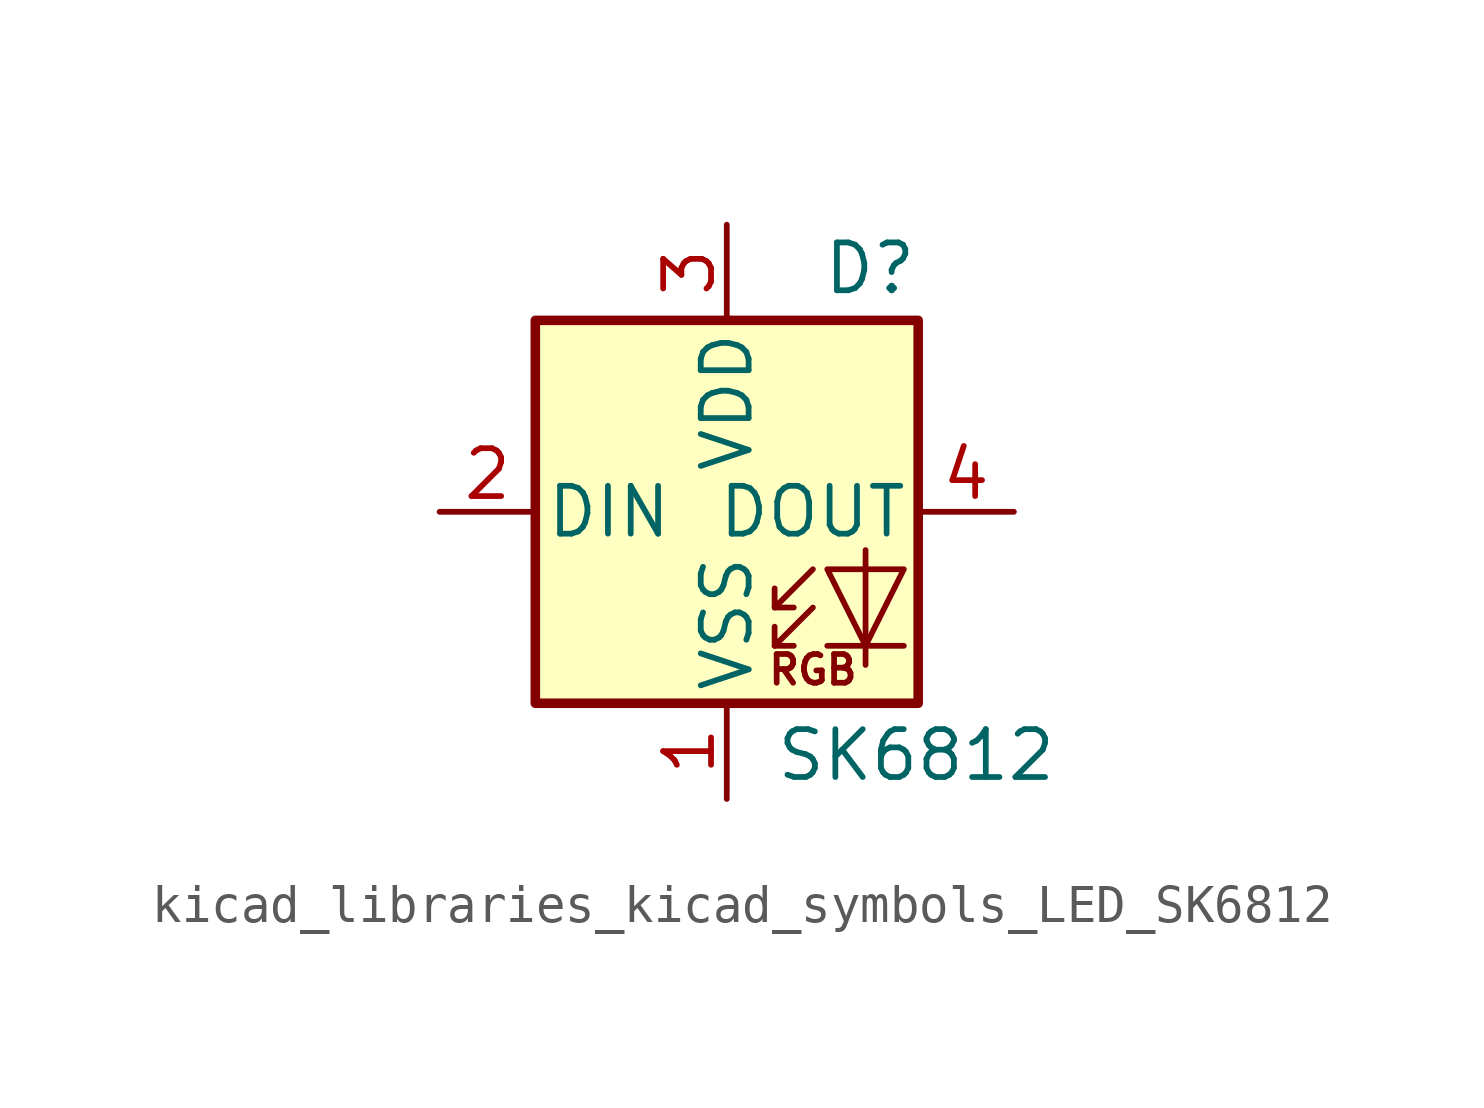
<source format=kicad_sym>
(kicad_symbol_lib
  (version 20220914)
  (generator kicad_symbol_editor)
  (symbol "kicad_libraries_kicad_symbols_LED_SK6812"
    (pin_names
      (offset 0.254))
    (property "Reference" "D"
      (at 5.08 5.715 0)
      (effects (font (size 1.27 1.27)) (justify right bottom)))
    (property "Value" "SK6812"
      (at 1.27 -5.715 0)
      (effects (font (size 1.27 1.27)) (justify left top)))
    (symbol "kicad_libraries_kicad_symbols_LED_SK6812_0_0"
      (text "RGB" (at 2.286 -4.191 0) (effects (font (size 0.762 0.762)))))
    (symbol "kicad_libraries_kicad_symbols_LED_SK6812_0_1"
      (polyline (pts (xy 1.27 -3.556) (xy 1.778 -3.556)) (stroke (width 0) (type default)) (fill (type none)))
      (polyline (pts (xy 1.27 -2.54) (xy 1.778 -2.54)) (stroke (width 0) (type default)) (fill (type none)))
      (polyline (pts (xy 4.699 -3.556) (xy 2.667 -3.556)) (stroke (width 0) (type default)) (fill (type none)))
      (polyline (pts (xy 2.286 -2.54) (xy 1.27 -3.556) (xy 1.27 -3.048)) (stroke (width 0) (type default)) (fill (type none)))
      (polyline (pts (xy 2.286 -1.524) (xy 1.27 -2.54) (xy 1.27 -2.032)) (stroke (width 0) (type default)) (fill (type none)))
      (polyline (pts (xy 3.683 -1.016) (xy 3.683 -3.556) (xy 3.683 -4.064)) (stroke (width 0) (type default)) (fill (type none)))
      (polyline (pts (xy 4.699 -1.524) (xy 2.667 -1.524) (xy 3.683 -3.556) (xy 4.699 -1.524)) (stroke (width 0) (type default)) (fill (type none)))
      (rectangle (start 5.08 5.08) (end -5.08 -5.08) (stroke (width 0.254) (type default)) (fill (type background))))
    (symbol "kicad_libraries_kicad_symbols_LED_SK6812_1_1"
      (pin power_in line (at 0 -7.62 90) (length 2.54) (name "VSS" (effects (font (size 1.27 1.27)))) (number "1" (effects (font (size 1.27 1.27)))))
      (pin input line (at -7.62 0 0) (length 2.54) (name "DIN" (effects (font (size 1.27 1.27)))) (number "2" (effects (font (size 1.27 1.27)))))
      (pin power_in line (at 0 7.62 270) (length 2.54) (name "VDD" (effects (font (size 1.27 1.27)))) (number "3" (effects (font (size 1.27 1.27)))))
      (pin output line (at 7.62 0 180) (length 2.54) (name "DOUT" (effects (font (size 1.27 1.27)))) (number "4" (effects (font (size 1.27 1.27))))))))
</source>
